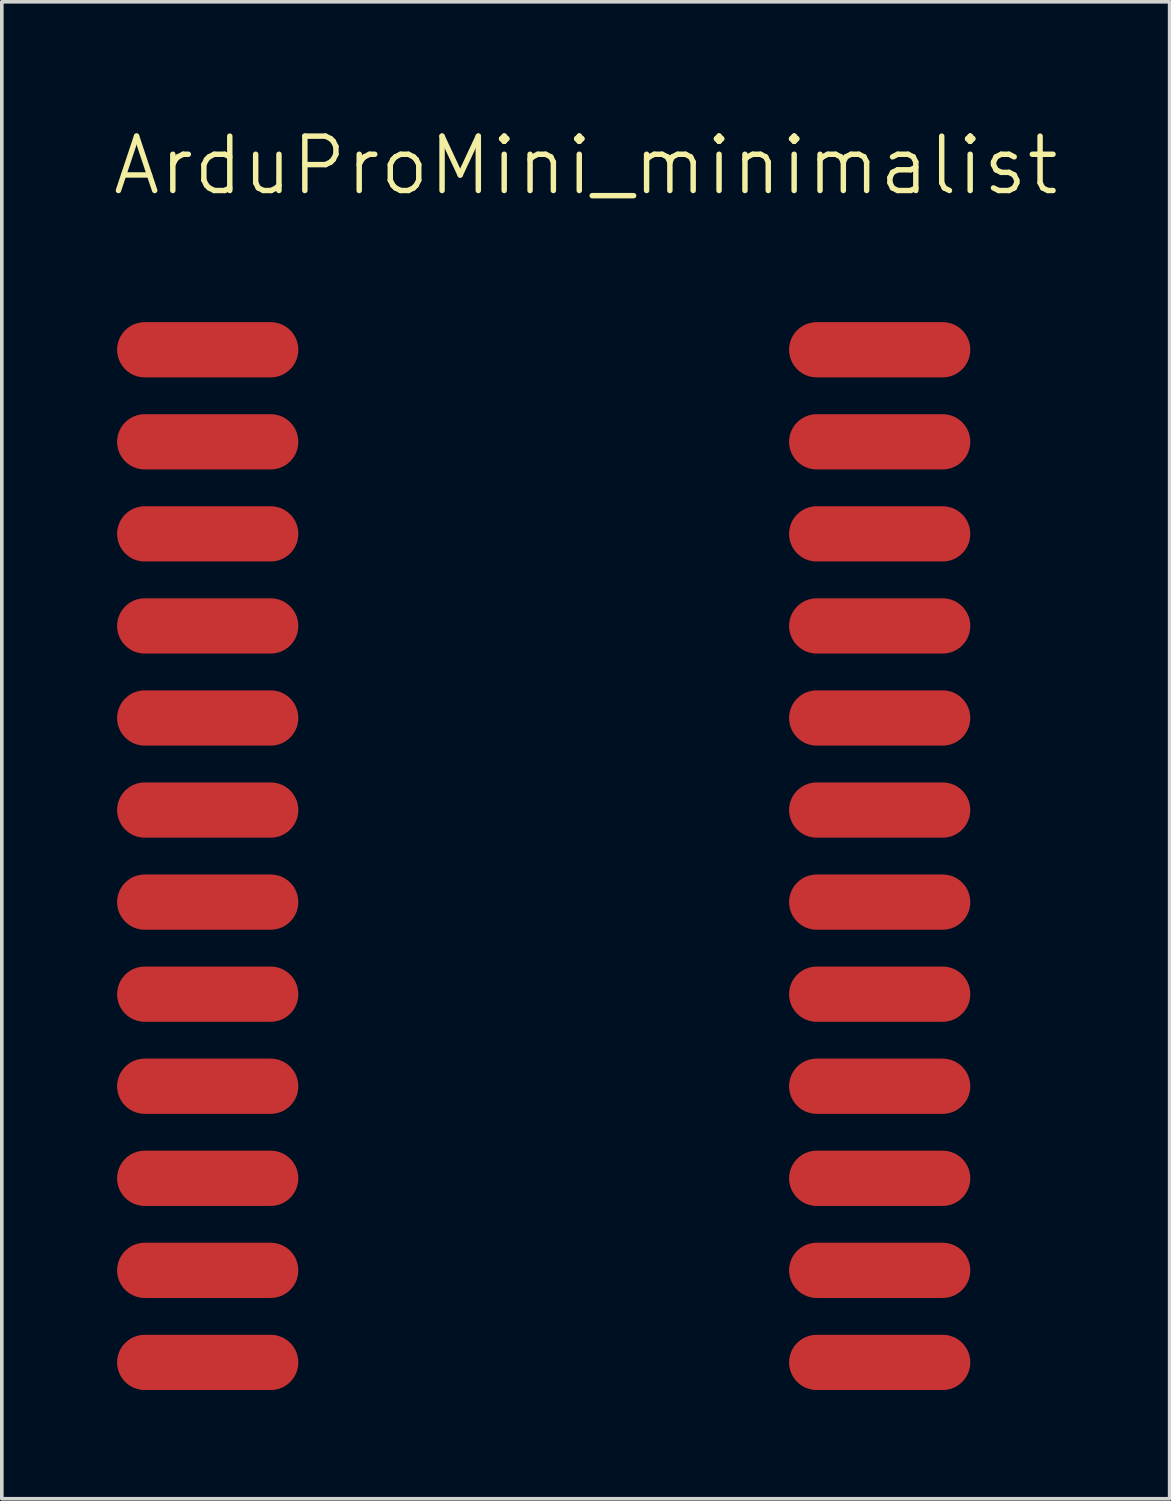
<source format=kicad_pcb>
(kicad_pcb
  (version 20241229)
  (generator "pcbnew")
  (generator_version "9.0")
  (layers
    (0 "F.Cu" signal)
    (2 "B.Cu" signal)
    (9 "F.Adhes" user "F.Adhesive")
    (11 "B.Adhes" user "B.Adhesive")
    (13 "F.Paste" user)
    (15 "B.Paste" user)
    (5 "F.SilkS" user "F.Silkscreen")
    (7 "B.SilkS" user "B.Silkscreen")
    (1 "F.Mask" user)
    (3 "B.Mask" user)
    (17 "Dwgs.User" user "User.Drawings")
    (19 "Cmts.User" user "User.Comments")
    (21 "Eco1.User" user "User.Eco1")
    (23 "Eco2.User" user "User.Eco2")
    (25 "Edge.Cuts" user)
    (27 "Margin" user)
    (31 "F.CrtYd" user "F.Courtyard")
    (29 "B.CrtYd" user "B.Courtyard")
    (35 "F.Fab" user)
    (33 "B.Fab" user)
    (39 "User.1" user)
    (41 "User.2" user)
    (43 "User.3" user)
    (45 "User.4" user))
  (footprint "ArduProMini_minimalist"
    (layer "F.Cu")
    (at 1.681 0.25)
    (property "Reference" "ArduProMini_minimalist" (at 11.43 1.27 180) (layer "F.SilkS") (effects (font (size 1.5 1.5) (thickness 0.15))))
    (attr through_hole)
    (pad "JP1_1" smd oval (at 20.828 16.51) (size 0.1 0.1) (layers "F.Cu" "F.Mask" "F.Paste"))
    (pad "JP1_2" smd oval (at 20.828 16.51) (size 0.1 0.1) (layers "F.Cu" "F.Mask" "F.Paste"))
    (pad "JP1_3" smd oval (at 20.828 16.51) (size 0.1 0.1) (layers "F.Cu" "F.Mask" "F.Paste"))
    (pad "JP1_4" smd oval (at 20.574 16.383) (size 0.1 0.1) (layers "F.Cu" "F.Mask" "F.Paste"))
    (pad "JP1_5" smd oval (at 20.574 16.383) (size 0.1 0.1) (layers "F.Cu" "F.Mask" "F.Paste"))
    (pad "JP2_1" smd oval (at 20.828 16.51) (size 0.1 0.1) (layers "F.Cu" "F.Mask" "F.Paste"))
    (pad "JP2_2" smd oval (at 20.828 16.51) (size 0.1 0.1) (layers "F.Cu" "F.Mask" "F.Paste"))
    (pad "JP3_1" smd oval (at 20.828 16.51) (size 0.1 0.1) (layers "F.Cu" "F.Mask" "F.Paste"))
    (pad "JP3_2" smd oval (at 20.447 16.637) (size 0.1 0.1) (layers "F.Cu" "F.Mask" "F.Paste"))
    (pad "JP6_1" smd oval (at 1 34.29) (size 5 1.524) (layers "F.Cu" "F.Mask" "F.Paste"))
    (pad "JP6_2" smd oval (at 1 31.75) (size 5 1.524) (layers "F.Cu" "F.Mask" "F.Paste"))
    (pad "JP6_3" smd oval (at 1 29.21) (size 5 1.524) (layers "F.Cu" "F.Mask" "F.Paste"))
    (pad "JP6_4" smd oval (at 1 26.67) (size 5 1.524) (layers "F.Cu" "F.Mask" "F.Paste"))
    (pad "JP6_5" smd oval (at 1 24.13) (size 5 1.524) (layers "F.Cu" "F.Mask" "F.Paste"))
    (pad "JP6_6" smd oval (at 1 21.59) (size 5 1.524) (layers "F.Cu" "F.Mask" "F.Paste"))
    (pad "JP6_7" smd oval (at 1 19.05) (size 5 1.524) (layers "F.Cu" "F.Mask" "F.Paste"))
    (pad "JP6_8" smd oval (at 1 16.51) (size 5 1.524) (layers "F.Cu" "F.Mask" "F.Paste"))
    (pad "JP6_9" smd oval (at 1 13.97) (size 5 1.524) (layers "F.Cu" "F.Mask" "F.Paste"))
    (pad "JP6_10" smd oval (at 1 11.43) (size 5 1.524) (layers "F.Cu" "F.Mask" "F.Paste"))
    (pad "JP6_11" smd oval (at 1 8.89) (size 5 1.524) (layers "F.Cu" "F.Mask" "F.Paste"))
    (pad "JP6_12" smd oval (at 1 6.35) (size 5 1.524) (layers "F.Cu" "F.Mask" "F.Paste"))
    (pad "JP7_1" smd oval (at 19.54 6.35) (size 5 1.524) (layers "F.Cu" "F.Mask" "F.Paste"))
    (pad "JP7_2" smd oval (at 19.54 8.89) (size 5 1.524) (layers "F.Cu" "F.Mask" "F.Paste"))
    (pad "JP7_3" smd oval (at 19.54 11.43) (size 5 1.524) (layers "F.Cu" "F.Mask" "F.Paste"))
    (pad "JP7_4" smd oval (at 19.54 13.97) (size 5 1.524) (layers "F.Cu" "F.Mask" "F.Paste"))
    (pad "JP7_5" smd oval (at 19.54 16.51) (size 5 1.524) (layers "F.Cu" "F.Mask" "F.Paste"))
    (pad "JP7_6" smd oval (at 19.54 19.05) (size 5 1.524) (layers "F.Cu" "F.Mask" "F.Paste"))
    (pad "JP7_7" smd oval (at 19.54 21.59) (size 5 1.524) (layers "F.Cu" "F.Mask" "F.Paste"))
    (pad "JP7_8" smd oval (at 19.54 24.13) (size 5 1.524) (layers "F.Cu" "F.Mask" "F.Paste"))
    (pad "JP7_9" smd oval (at 19.54 26.67) (size 5 1.524) (layers "F.Cu" "F.Mask" "F.Paste"))
    (pad "JP7_10" smd oval (at 19.54 29.21) (size 5 1.524) (layers "F.Cu" "F.Mask" "F.Paste"))
    (pad "JP7_11" smd oval (at 19.54 31.75) (size 5 1.524) (layers "F.Cu" "F.Mask" "F.Paste"))
    (pad "JP7_12" smd oval (at 19.54 34.29) (size 5 1.524) (layers "F.Cu" "F.Mask" "F.Paste")))
  (gr_rect
    (start -3 -3)
    (end 29.221 38.302)
    (stroke (width 0.1) (type default))
    (fill no)
    (layer "Edge.Cuts")))
</source>
